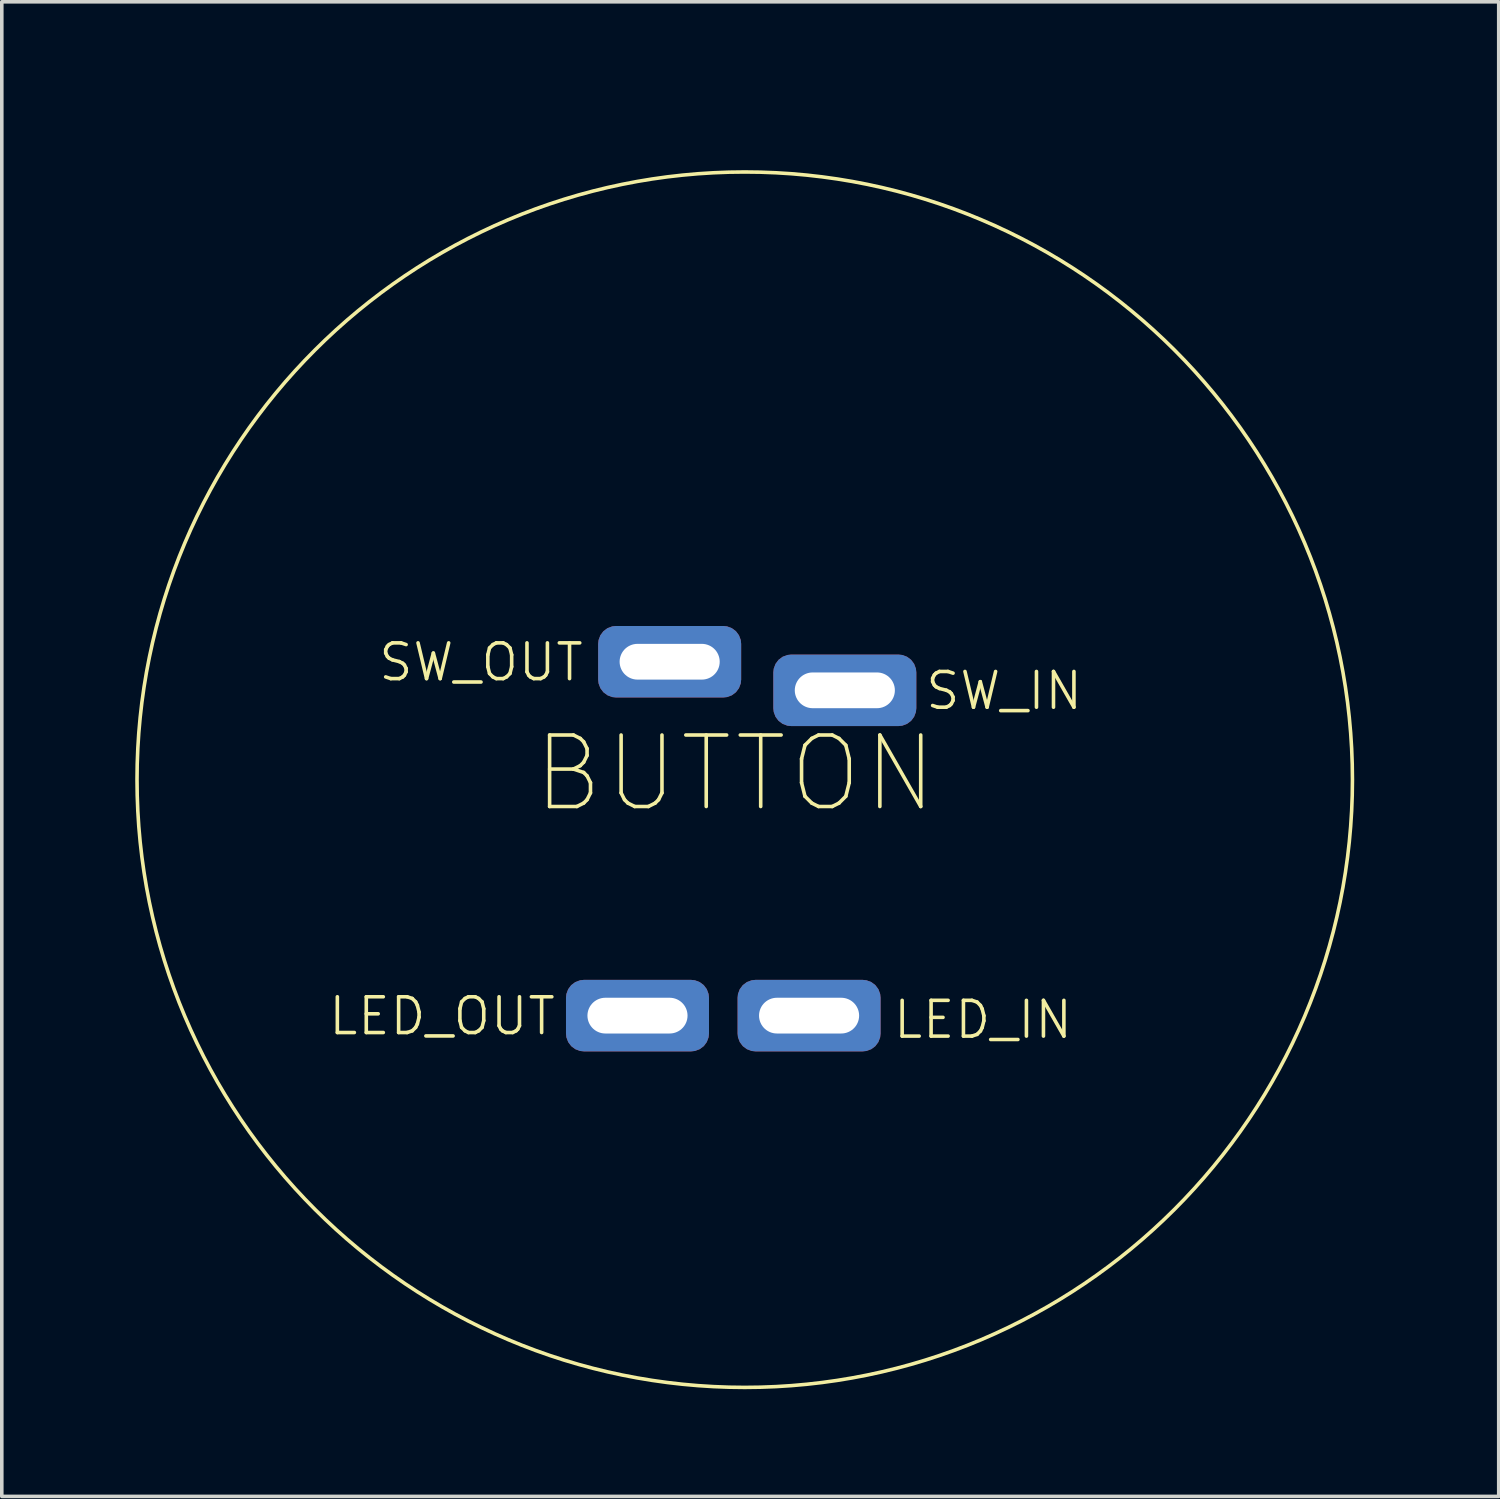
<source format=kicad_pcb>
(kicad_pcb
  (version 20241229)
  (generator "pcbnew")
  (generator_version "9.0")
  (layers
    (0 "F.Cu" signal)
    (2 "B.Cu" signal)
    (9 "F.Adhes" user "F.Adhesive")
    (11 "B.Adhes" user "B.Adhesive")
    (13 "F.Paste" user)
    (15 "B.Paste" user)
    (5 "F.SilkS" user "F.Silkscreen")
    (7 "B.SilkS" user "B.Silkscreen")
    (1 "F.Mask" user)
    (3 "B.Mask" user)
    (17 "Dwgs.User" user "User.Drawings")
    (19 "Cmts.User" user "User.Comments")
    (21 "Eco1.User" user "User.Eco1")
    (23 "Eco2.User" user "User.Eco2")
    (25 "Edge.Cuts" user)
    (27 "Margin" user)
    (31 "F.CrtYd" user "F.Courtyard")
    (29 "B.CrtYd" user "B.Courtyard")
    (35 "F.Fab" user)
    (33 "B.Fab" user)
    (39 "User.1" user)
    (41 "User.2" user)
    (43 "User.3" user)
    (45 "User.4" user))
  (footprint "ARCADE_BUTTON"
    (layer "F.Cu")
    (at 17.783 18.761)
    (property "Reference" "ARCADE_BUTTON" (at 0 -18 0) (unlocked yes) (layer "User.1") (effects (font (size 1 1) (thickness 0.1))))
    (attr through_hole)
    (fp_circle (center 0 0) (end 17 0) (stroke (width 0.1) (type default)) (fill no) (layer "F.SilkS"))
    (fp_text user "BUTTON" (at -6 1 0) (unlocked yes) (layer "F.SilkS") (effects (font (size 2 2) (thickness 0.1)) (justify left bottom)))
    (fp_text user "SW_OUT" (at -10.3 -2.7 0) (unlocked yes) (layer "F.SilkS") (effects (font (size 1 1) (thickness 0.1)) (justify left bottom)))
    (fp_text user "LED_OUT" (at -11.7 7.2 0) (unlocked yes) (layer "F.SilkS") (effects (font (size 1 1) (thickness 0.1)) (justify left bottom)))
    (fp_text user "LED_IN" (at 4.1 7.3 0) (unlocked yes) (layer "F.SilkS") (effects (font (size 1 1) (thickness 0.1)) (justify left bottom)))
    (fp_text user "SW_IN" (at 5 -1.9 0) (unlocked yes) (layer "F.SilkS") (effects (font (size 1 1) (thickness 0.1)) (justify left bottom)))
    (dimension (type aligned) (layer "User.1") (pts (xy 17.183 15.361) (xy 17.183 16.061)) (height -12.504) (format (prefix "") (suffix "") (units 3) (units_format 1) (precision 4)) (style (thickness 0.1) (arrow_length 1.27) (text_position_mode 0) (arrow_direction outward) (extension_height 0.586) (extension_offset 0.5) (keep_text_aligned yes)) (gr_text "0.7000 mm" (at 28.587 15.71 90) (layer "User.1") (effects (font (size 1 1) (thickness 0.1)))))
    (dimension (type aligned) (layer "User.1") (pts (xy 18.283 27.46) (xy 16.283 27.46)) (height -3.4) (format (prefix "") (suffix "") (units 3) (units_format 1) (precision 4)) (style (thickness 0.1) (arrow_length 1.27) (text_position_mode 0) (arrow_direction outward) (extension_height 0.586) (extension_offset 0.5) (keep_text_aligned yes)) (gr_text "2.0000 mm" (at 17.283 29.761 0) (layer "User.1") (effects (font (size 1 1) (thickness 0.1)))))
    (dimension (type aligned) (layer "User.1") (pts (xy 12.783 24.761) (xy 12.783 15.96)) (height -7.3) (format (prefix "") (suffix "") (units 3) (units_format 1) (precision 4)) (style (thickness 0.1) (arrow_length 1.27) (text_position_mode 0) (arrow_direction outward) (extension_height 0.586) (extension_offset 0.5) (keep_text_aligned yes)) (gr_text "8.8000 mm" (at 4.383 20.36 90) (layer "User.1") (effects (font (size 1 1) (thickness 0.1)))))
    (dimension (type aligned) (layer "User.1") (pts (xy 17.783 18.761) (xy 17.783 15.96)) (height 14.808) (format (prefix "") (suffix "") (units 3) (units_format 1) (precision 4)) (style (thickness 0.1) (arrow_length 1.27) (text_position_mode 0) (arrow_direction outward) (extension_height 0.586) (extension_offset 0.5) (keep_text_aligned yes)) (gr_text "2.8000 mm" (at 31.492 17.36 90) (layer "User.1") (effects (font (size 1 1) (thickness 0.1)))))
    (dimension (type aligned) (layer "User.1") (pts (xy 16.983 13.861) (xy 19.283 13.861)) (height -2.9) (format (prefix "") (suffix "") (units 3) (units_format 1) (precision 4)) (style (thickness 0.1) (arrow_length 1.27) (text_position_mode 0) (arrow_direction outward) (extension_height 0.586) (extension_offset 0.5) (keep_text_aligned yes)) (gr_text "2.3000 mm" (at 18.133 9.861 0) (layer "User.1") (effects (font (size 1 1) (thickness 0.1)))))
    (pad "1" thru_hole roundrect (at 2.8 -2.5 180) (size 4 2) (drill oval 2.8 1) (layers "*.Cu" "*.Mask") (roundrect_rratio 0.25))
    (pad "2" thru_hole roundrect (at -2.1 -3.3 180) (size 4 2) (drill oval 2.8 1) (layers "*.Cu" "*.Mask") (roundrect_rratio 0.25))
    (pad "3" thru_hole roundrect (at 1.8 6.6 180) (size 4 2) (drill oval 2.8 1) (layers "*.Cu" "*.Mask") (roundrect_rratio 0.25))
    (pad "4" thru_hole roundrect (at -3 6.6 180) (size 4 2) (drill oval 2.8 1) (layers "*.Cu" "*.Mask") (roundrect_rratio 0.25)))
  (gr_rect
    (start -3 -3)
    (end 38.875 38.81)
    (stroke (width 0.1) (type default))
    (fill no)
    (layer "Edge.Cuts")))
</source>
